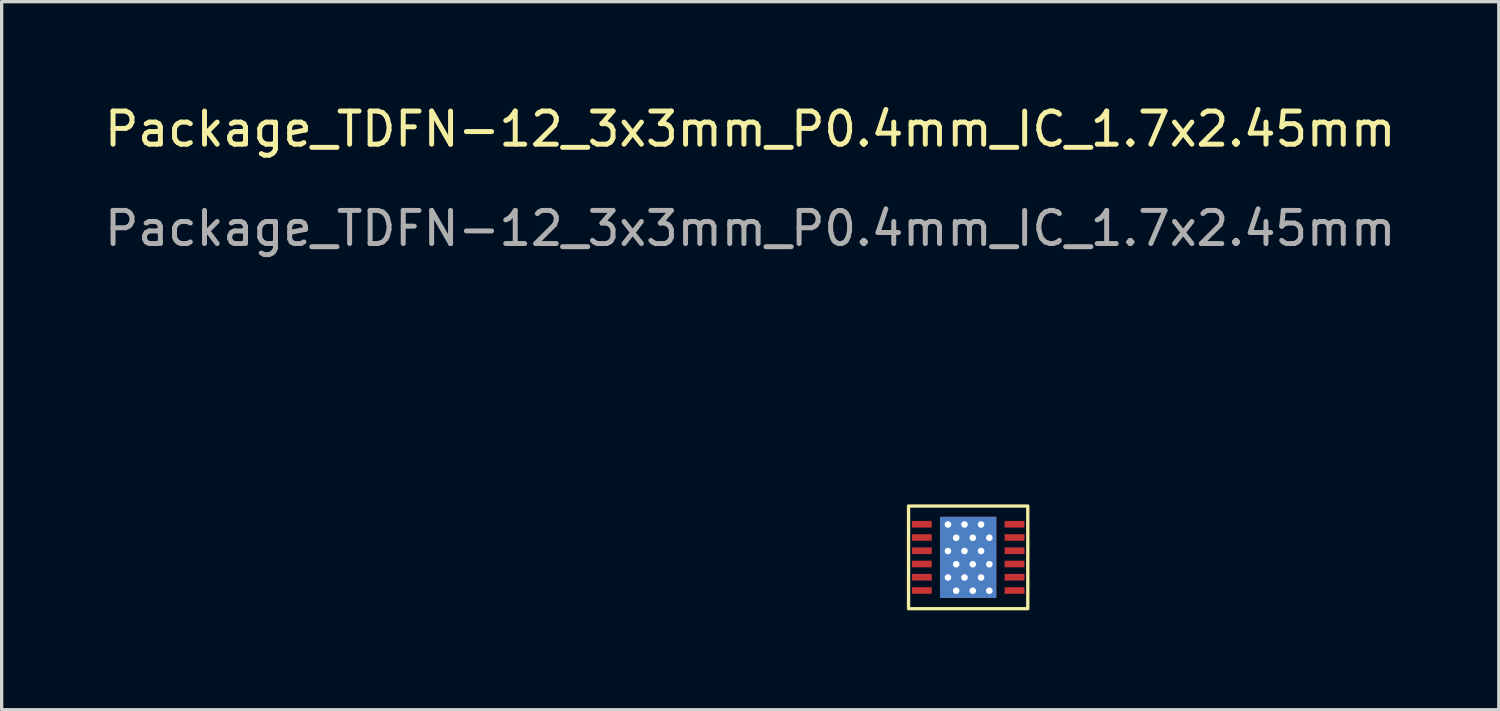
<source format=kicad_pcb>
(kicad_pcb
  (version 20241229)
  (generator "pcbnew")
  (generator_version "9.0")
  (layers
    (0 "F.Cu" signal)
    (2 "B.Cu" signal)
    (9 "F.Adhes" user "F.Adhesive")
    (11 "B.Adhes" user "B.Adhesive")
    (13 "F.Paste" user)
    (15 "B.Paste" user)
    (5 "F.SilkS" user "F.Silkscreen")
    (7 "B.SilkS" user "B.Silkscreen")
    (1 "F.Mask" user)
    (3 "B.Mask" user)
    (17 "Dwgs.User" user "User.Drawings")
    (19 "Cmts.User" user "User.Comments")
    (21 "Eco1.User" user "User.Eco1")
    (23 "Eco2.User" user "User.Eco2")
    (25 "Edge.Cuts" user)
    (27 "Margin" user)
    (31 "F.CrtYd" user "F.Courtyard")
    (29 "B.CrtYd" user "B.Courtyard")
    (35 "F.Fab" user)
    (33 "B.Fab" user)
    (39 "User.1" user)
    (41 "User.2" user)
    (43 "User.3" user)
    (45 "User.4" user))
  (footprint "Package_TDFN-12_3x3mm_P0.4mm_IC_1.7x2.45mm"
    (layer "F.Cu")
    (at 24.681 12.278)
    (property "Reference" "Package_TDFN-12_3x3mm_P0.4mm_IC_1.7x2.45mm" (at -5.08 -11.43 0) (unlocked yes) (layer "F.SilkS") (effects (font (size 1 1) (thickness 0.15))))
    (attr smd)
    (fp_rect (start -0.3 -0.05) (end 3.3 3.05) (stroke (width 0.1) (type solid)) (fill no) (layer "F.SilkS"))
    (fp_text user "${REFERENCE}" (at -5.08 -8.43 0) (unlocked yes) (layer "F.Fab") (effects (font (size 1 1) (thickness 0.15))))
    (pad "1" smd rect (at 0 0) (size 0.6 0.2) (drill (offset 0.1 0.5)) (layers "F.Cu" "F.Mask" "F.Paste"))
    (pad "2" smd rect (at 0 0.4) (size 0.6 0.2) (drill (offset 0.1 0.5)) (layers "F.Cu" "F.Mask" "F.Paste"))
    (pad "3" smd rect (at 0 0.8) (size 0.6 0.2) (drill (offset 0.1 0.5)) (layers "F.Cu" "F.Mask" "F.Paste"))
    (pad "4" smd rect (at 0 1.2) (size 0.6 0.2) (drill (offset 0.1 0.5)) (layers "F.Cu" "F.Mask" "F.Paste"))
    (pad "5" smd rect (at 0 1.6) (size 0.6 0.2) (drill (offset 0.1 0.5)) (layers "F.Cu" "F.Mask" "F.Paste"))
    (pad "6" smd rect (at 0 2) (size 0.6 0.2) (drill (offset 0.1 0.5)) (layers "F.Cu" "F.Mask" "F.Paste"))
    (pad "7" smd rect (at 2.8 2) (size 0.6 0.2) (drill (offset 0.1 0.5)) (layers "F.Cu" "F.Mask" "F.Paste"))
    (pad "8" smd rect (at 2.8 1.6) (size 0.6 0.2) (drill (offset 0.1 0.5)) (layers "F.Cu" "F.Mask" "F.Paste"))
    (pad "9" smd rect (at 2.8 1.2) (size 0.6 0.2) (drill (offset 0.1 0.5)) (layers "F.Cu" "F.Mask" "F.Paste"))
    (pad "10" smd rect (at 2.8 0.8) (size 0.6 0.2) (drill (offset 0.1 0.5)) (layers "F.Cu" "F.Mask" "F.Paste"))
    (pad "11" smd rect (at 2.8 0.4) (size 0.6 0.2) (drill (offset 0.1 0.5)) (layers "F.Cu" "F.Mask" "F.Paste"))
    (pad "12" smd rect (at 2.8 0) (size 0.6 0.2) (drill (offset 0.1 0.5)) (layers "F.Cu" "F.Mask" "F.Paste"))
    (pad "13" thru_hole circle (at 0.889 0.508) (size 0.3 0.3) (drill 0.2) (layers "*.Cu" "*.Mask"))
    (pad "13" thru_hole circle (at 0.889 1.308) (size 0.3 0.3) (drill 0.2) (layers "*.Cu" "*.Mask"))
    (pad "13" thru_hole circle (at 0.889 2.108) (size 0.3 0.3) (drill 0.2) (layers "*.Cu" "*.Mask"))
    (pad "13" thru_hole circle (at 1.139 0.908) (size 0.3 0.3) (drill 0.2) (layers "*.Cu" "*.Mask"))
    (pad "13" thru_hole circle (at 1.139 1.708) (size 0.3 0.3) (drill 0.2) (layers "*.Cu" "*.Mask"))
    (pad "13" thru_hole circle (at 1.139 2.508) (size 0.3 0.3) (drill 0.2) (layers "*.Cu" "*.Mask"))
    (pad "13" thru_hole circle (at 1.389 0.508) (size 0.3 0.3) (drill 0.2) (layers "*.Cu" "*.Mask"))
    (pad "13" thru_hole circle (at 1.389 1.308) (size 0.3 0.3) (drill 0.2) (layers "*.Cu" "*.Mask"))
    (pad "13" thru_hole circle (at 1.389 2.108) (size 0.3 0.3) (drill 0.2) (layers "*.Cu" "*.Mask"))
    (pad "13" smd rect (at 1.5 1.5) (size 1.7 2.45) (layers "F.Cu" "F.Mask" "F.Paste"))
    (pad "13" smd rect (at 1.5 1.5) (size 1.7 2.45) (layers "F.Mask" "B.Cu" "F.Paste"))
    (pad "13" thru_hole circle (at 1.639 0.908) (size 0.3 0.3) (drill 0.2) (layers "*.Cu" "*.Mask"))
    (pad "13" thru_hole circle (at 1.639 1.708) (size 0.3 0.3) (drill 0.2) (layers "*.Cu" "*.Mask"))
    (pad "13" thru_hole circle (at 1.639 2.508) (size 0.3 0.3) (drill 0.2) (layers "*.Cu" "*.Mask"))
    (pad "13" thru_hole circle (at 1.889 0.508) (size 0.3 0.3) (drill 0.2) (layers "*.Cu" "*.Mask"))
    (pad "13" thru_hole circle (at 1.889 1.308) (size 0.3 0.3) (drill 0.2) (layers "*.Cu" "*.Mask"))
    (pad "13" thru_hole circle (at 1.889 2.108) (size 0.3 0.3) (drill 0.2) (layers "*.Cu" "*.Mask"))
    (pad "13" thru_hole circle (at 2.139 0.908) (size 0.3 0.3) (drill 0.2) (layers "*.Cu" "*.Mask"))
    (pad "13" thru_hole circle (at 2.139 1.708) (size 0.3 0.3) (drill 0.2) (layers "*.Cu" "*.Mask"))
    (pad "13" thru_hole circle (at 2.139 2.508) (size 0.3 0.3) (drill 0.2) (layers "*.Cu" "*.Mask")))
  (gr_rect
    (start -3 -3)
    (end 42.202 18.378)
    (stroke (width 0.1) (type default))
    (fill no)
    (layer "Edge.Cuts")))
</source>
